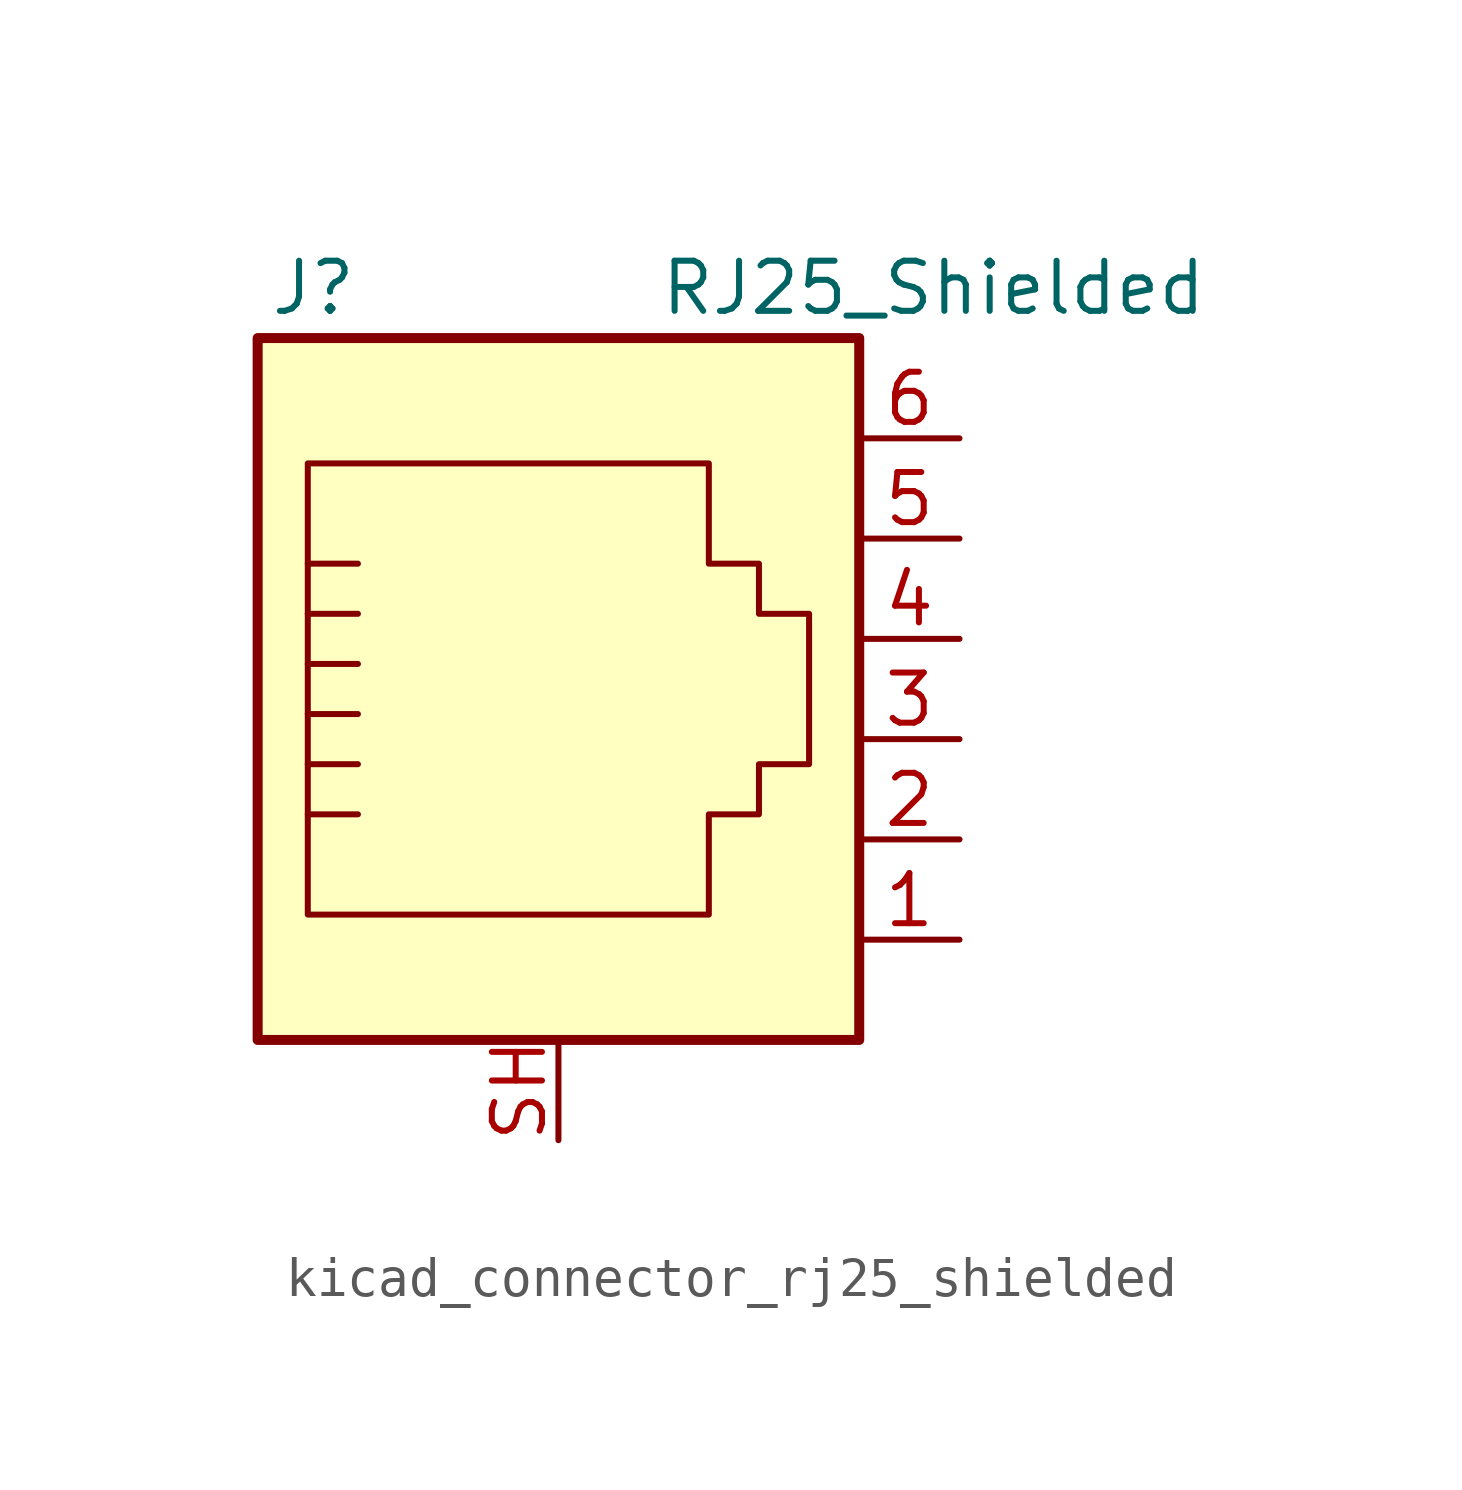
<source format=kicad_sym>
(kicad_symbol_lib
  (version 20220914)
  (generator kicad_symbol_editor)
  (symbol "kicad_connector_rj25_shielded"
    (pin_names
      (offset 1.016))
    (property "Reference" "J"
      (at -5.08 11.43 0)
      (effects (font (size 1.27 1.27)) (justify right)))
    (property "Value" "RJ25_Shielded"
      (at 2.54 11.43 0)
      (effects (font (size 1.27 1.27)) (justify left)))
    (symbol "kicad_connector_rj25_shielded_0_1"
      (polyline (pts (xy -6.35 -1.905) (xy -5.08 -1.905) (xy -5.08 -1.905)) (stroke (width 0) (type default)) (fill (type none)))
      (polyline (pts (xy -6.35 -0.635) (xy -5.08 -0.635) (xy -5.08 -0.635)) (stroke (width 0) (type default)) (fill (type none)))
      (polyline (pts (xy -6.35 0.635) (xy -5.08 0.635) (xy -5.08 0.635)) (stroke (width 0) (type default)) (fill (type none)))
      (polyline (pts (xy -6.35 1.905) (xy -5.08 1.905) (xy -5.08 1.905)) (stroke (width 0) (type default)) (fill (type none)))
      (polyline (pts (xy -6.35 3.175) (xy -5.08 3.175) (xy -5.08 3.175)) (stroke (width 0) (type default)) (fill (type none)))
      (polyline (pts (xy -5.08 4.445) (xy -6.35 4.445) (xy -6.35 4.445)) (stroke (width 0) (type default)) (fill (type none)))
      (polyline (pts (xy -6.35 -4.445) (xy -6.35 6.985) (xy 3.81 6.985) (xy 3.81 4.445) (xy 5.08 4.445) (xy 5.08 3.175) (xy 6.35 3.175) (xy 6.35 -0.635) (xy 5.08 -0.635) (xy 5.08 -1.905) (xy 3.81 -1.905) (xy 3.81 -4.445) (xy -6.35 -4.445) (xy -6.35 -4.445)) (stroke (width 0) (type default)) (fill (type none)))
      (rectangle (start 7.62 10.16) (end -7.62 -7.62) (stroke (width 0.254) (type default)) (fill (type background))))
    (symbol "kicad_connector_rj25_shielded_1_1"
      (pin passive line (at 10.16 -5.08 180) (length 2.54) (name "~" (effects (font (size 1.27 1.27)))) (number "1" (effects (font (size 1.27 1.27)))))
      (pin passive line (at 10.16 -2.54 180) (length 2.54) (name "~" (effects (font (size 1.27 1.27)))) (number "2" (effects (font (size 1.27 1.27)))))
      (pin passive line (at 10.16 0 180) (length 2.54) (name "~" (effects (font (size 1.27 1.27)))) (number "3" (effects (font (size 1.27 1.27)))))
      (pin passive line (at 10.16 2.54 180) (length 2.54) (name "~" (effects (font (size 1.27 1.27)))) (number "4" (effects (font (size 1.27 1.27)))))
      (pin passive line (at 10.16 5.08 180) (length 2.54) (name "~" (effects (font (size 1.27 1.27)))) (number "5" (effects (font (size 1.27 1.27)))))
      (pin passive line (at 10.16 7.62 180) (length 2.54) (name "~" (effects (font (size 1.27 1.27)))) (number "6" (effects (font (size 1.27 1.27)))))
      (pin passive line (at 0 -10.16 90) (length 2.54) (name "~" (effects (font (size 1.27 1.27)))) (number "SH" (effects (font (size 1.27 1.27))))))))
</source>
